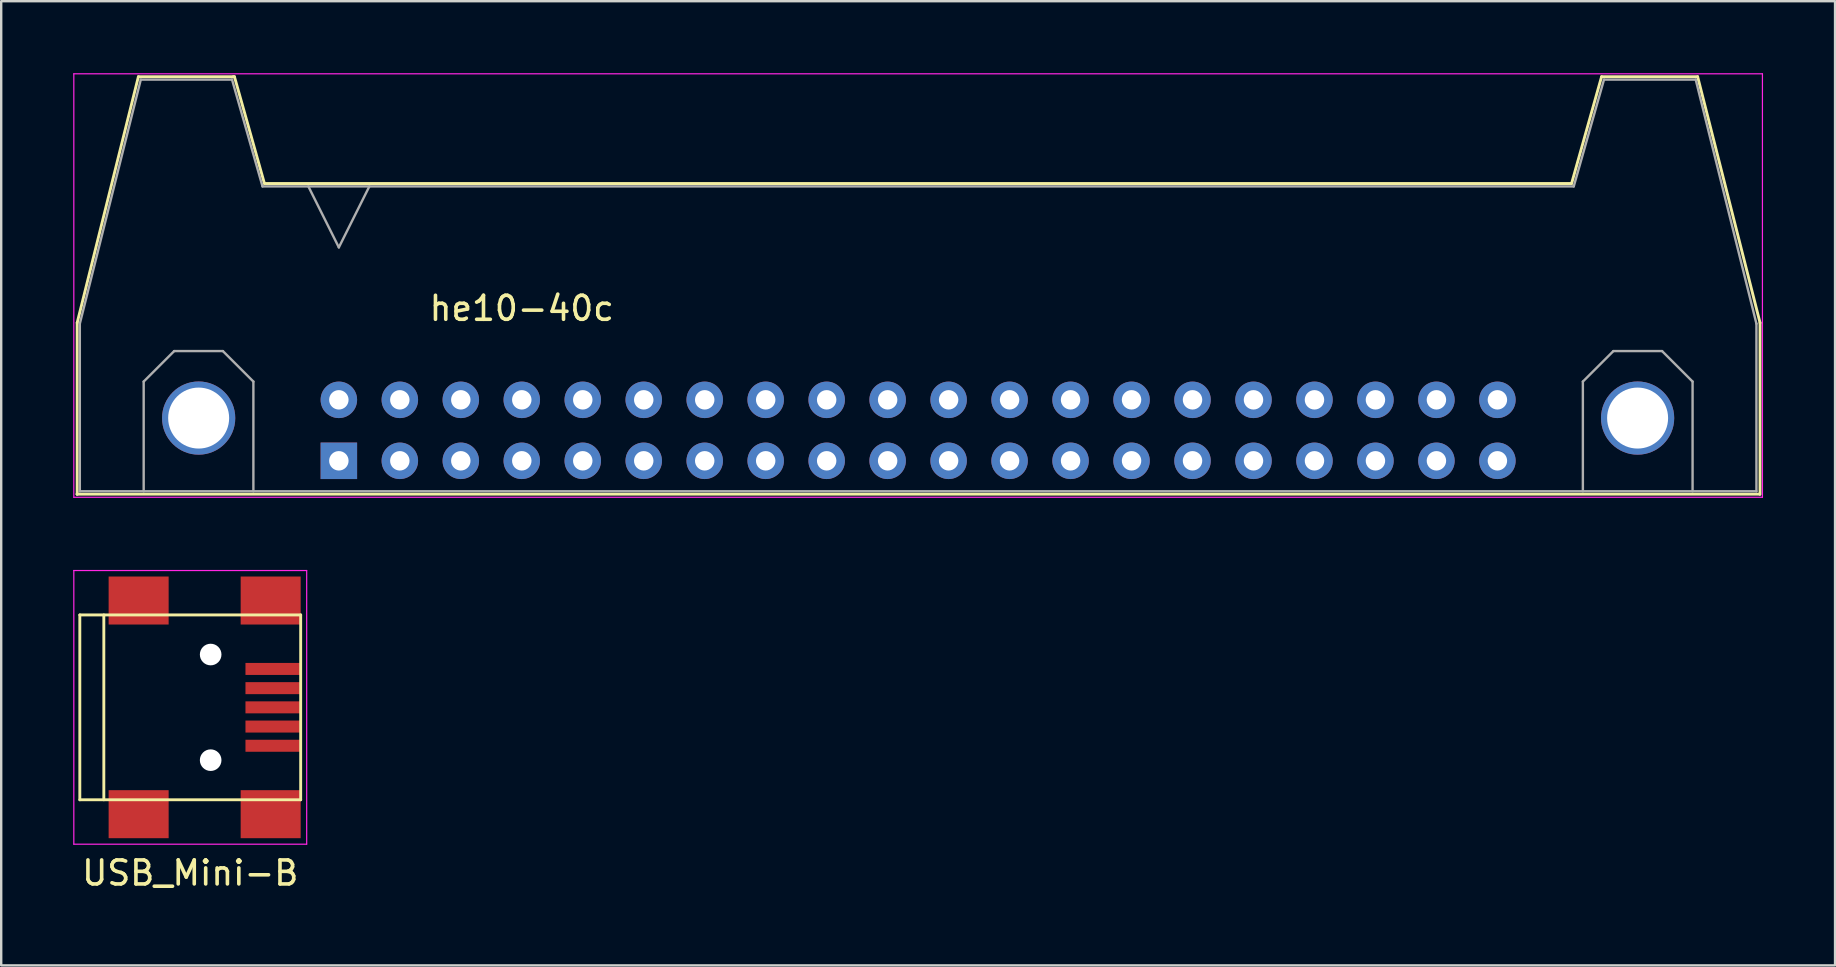
<source format=kicad_pcb>
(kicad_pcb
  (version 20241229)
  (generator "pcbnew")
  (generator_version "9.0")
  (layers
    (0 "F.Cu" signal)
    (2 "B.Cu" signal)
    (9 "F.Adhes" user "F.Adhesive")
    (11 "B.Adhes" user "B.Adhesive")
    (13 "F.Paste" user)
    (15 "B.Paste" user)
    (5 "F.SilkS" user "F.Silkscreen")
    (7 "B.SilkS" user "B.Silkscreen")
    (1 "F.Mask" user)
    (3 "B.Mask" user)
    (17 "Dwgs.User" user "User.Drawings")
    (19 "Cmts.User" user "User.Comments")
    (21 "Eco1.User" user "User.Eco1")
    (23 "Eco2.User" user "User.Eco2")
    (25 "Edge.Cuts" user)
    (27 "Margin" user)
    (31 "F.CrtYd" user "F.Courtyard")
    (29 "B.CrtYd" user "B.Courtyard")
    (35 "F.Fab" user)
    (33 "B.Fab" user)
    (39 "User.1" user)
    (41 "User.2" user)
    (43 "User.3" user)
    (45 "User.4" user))
  (footprint "USB_Mini-B"
    (layer "F.Cu")
    (at 5.525 26.415)
    (property "Reference" "USB_Mini-B" (at -0.65 6.9 0) (layer "F.SilkS") (effects (font (size 1 1) (thickness 0.15))))
    (attr smd)
    (fp_line (start -5.25 -3.85) (end -5.25 3.85) (stroke (width 0.12) (type solid)) (layer "F.SilkS"))
    (fp_line (start -5.25 3.85) (end 3.95 3.85) (stroke (width 0.12) (type solid)) (layer "F.SilkS"))
    (fp_line (start -4.25 -3.85) (end -4.25 3.85) (stroke (width 0.12) (type solid)) (layer "F.SilkS"))
    (fp_line (start 3.95 -3.85) (end -5.25 -3.85) (stroke (width 0.12) (type solid)) (layer "F.SilkS"))
    (fp_line (start 3.95 3.85) (end 3.95 -3.85) (stroke (width 0.12) (type solid)) (layer "F.SilkS"))
    (fp_line (start -5.5 -5.7) (end 4.2 -5.7) (stroke (width 0.05) (type solid)) (layer "F.CrtYd"))
    (fp_line (start -5.5 5.7) (end -5.5 -5.7) (stroke (width 0.05) (type solid)) (layer "F.CrtYd"))
    (fp_line (start 4.2 -5.7) (end 4.2 5.7) (stroke (width 0.05) (type solid)) (layer "F.CrtYd"))
    (fp_line (start 4.2 5.7) (end -5.5 5.7) (stroke (width 0.05) (type solid)) (layer "F.CrtYd"))
    (pad "" np_thru_hole circle (at 0.2 -2.2) (size 0.9 0.9) (drill 0.9) (layers "*.Cu" "*.Mask"))
    (pad "" np_thru_hole circle (at 0.2 2.2) (size 0.9 0.9) (drill 0.9) (layers "*.Cu" "*.Mask"))
    (pad "1" smd rect (at 2.8 -1.6) (size 2.3 0.5) (layers "F.Cu" "F.Mask" "F.Paste"))
    (pad "2" smd rect (at 2.8 -0.8) (size 2.3 0.5) (layers "F.Cu" "F.Mask" "F.Paste"))
    (pad "3" smd rect (at 2.8 0) (size 2.3 0.5) (layers "F.Cu" "F.Mask" "F.Paste"))
    (pad "4" smd rect (at 2.8 0.8) (size 2.3 0.5) (layers "F.Cu" "F.Mask" "F.Paste"))
    (pad "5" smd rect (at 2.8 1.6) (size 2.3 0.5) (layers "F.Cu" "F.Mask" "F.Paste"))
    (pad "6" smd rect (at -2.8 -4.45) (size 2.5 2) (layers "F.Cu" "F.Mask" "F.Paste"))
    (pad "6" smd rect (at -2.8 4.45) (size 2.5 2) (layers "F.Cu" "F.Mask" "F.Paste"))
    (pad "6" smd rect (at 2.7 -4.45) (size 2.5 2) (layers "F.Cu" "F.Mask" "F.Paste"))
    (pad "6" smd rect (at 2.7 4.45) (size 2.5 2) (layers "F.Cu" "F.Mask" "F.Paste")))
  (footprint "he10-40c"
    (layer "F.Cu")
    (at 11.065 16.145)
    (property "Reference" "he10-40c" (at 7.62 -6.35 0) (layer "F.SilkS") (effects (font (size 1 1) (thickness 0.15))))
    (attr through_hole)
    (fp_line (start -10.9 -5.75) (end -8.35 -16) (stroke (width 0.12) (type solid)) (layer "F.SilkS"))
    (fp_line (start -10.9 1.4) (end -10.9 -5.75) (stroke (width 0.12) (type solid)) (layer "F.SilkS"))
    (fp_line (start -8.35 -16) (end -4.4 -16) (stroke (width 0.12) (type solid)) (layer "F.SilkS"))
    (fp_line (start -4.4 -16) (end -4.35 -16) (stroke (width 0.12) (type solid)) (layer "F.SilkS"))
    (fp_line (start -4.35 -16) (end -3.1 -11.55) (stroke (width 0.12) (type solid)) (layer "F.SilkS"))
    (fp_line (start -3.1 -11.55) (end 51.35 -11.55) (stroke (width 0.12) (type solid)) (layer "F.SilkS"))
    (fp_line (start 51.35 -11.55) (end 52.6 -16) (stroke (width 0.12) (type solid)) (layer "F.SilkS"))
    (fp_line (start 52.6 -16) (end 56.6 -16) (stroke (width 0.12) (type solid)) (layer "F.SilkS"))
    (fp_line (start 56.6 -16) (end 59.2 -5.75) (stroke (width 0.12) (type solid)) (layer "F.SilkS"))
    (fp_line (start 59.17 1.39) (end -10.91 1.39) (stroke (width 0.12) (type solid)) (layer "F.SilkS"))
    (fp_line (start 59.2 1.4) (end 59.2 -5.75) (stroke (width 0.12) (type solid)) (layer "F.SilkS"))
    (fp_line (start -11.04 -16.12) (end -11.04 1.52) (stroke (width 0.05) (type solid)) (layer "F.CrtYd"))
    (fp_line (start -11.04 -16.12) (end 59.3 -16.12) (stroke (width 0.05) (type solid)) (layer "F.CrtYd"))
    (fp_line (start 59.3 1.52) (end -11.04 1.52) (stroke (width 0.05) (type solid)) (layer "F.CrtYd"))
    (fp_line (start 59.3 1.52) (end 59.3 -16.12) (stroke (width 0.05) (type solid)) (layer "F.CrtYd"))
    (fp_line (start -10.79 -5.71) (end -10.79 1.27) (stroke (width 0.1) (type solid)) (layer "F.Fab"))
    (fp_line (start -10.79 1.27) (end 59.05 1.27) (stroke (width 0.1) (type solid)) (layer "F.Fab"))
    (fp_line (start -8.25 -15.88) (end -10.79 -5.71) (stroke (width 0.1) (type solid)) (layer "F.Fab"))
    (fp_line (start -8.25 -15.88) (end -4.45 -15.88) (stroke (width 0.1) (type solid)) (layer "F.Fab"))
    (fp_line (start -8.13 -3.3) (end -6.86 -4.57) (stroke (width 0.1) (type solid)) (layer "F.Fab"))
    (fp_line (start -8.13 1.27) (end -8.13 -3.3) (stroke (width 0.1) (type solid)) (layer "F.Fab"))
    (fp_line (start -6.86 -4.57) (end -4.83 -4.57) (stroke (width 0.1) (type solid)) (layer "F.Fab"))
    (fp_line (start -4.83 -4.57) (end -3.56 -3.3) (stroke (width 0.1) (type solid)) (layer "F.Fab"))
    (fp_line (start -4.45 -15.88) (end -3.18 -11.43) (stroke (width 0.1) (type solid)) (layer "F.Fab"))
    (fp_line (start -3.56 -3.3) (end -3.56 1.27) (stroke (width 0.1) (type solid)) (layer "F.Fab"))
    (fp_line (start -1.27 -11.43) (end 0 -8.89) (stroke (width 0.1) (type solid)) (layer "F.Fab"))
    (fp_line (start 0 -8.89) (end 1.27 -11.43) (stroke (width 0.1) (type solid)) (layer "F.Fab"))
    (fp_line (start 51.44 -11.43) (end -3.18 -11.43) (stroke (width 0.1) (type solid)) (layer "F.Fab"))
    (fp_line (start 51.82 -3.3) (end 53.09 -4.57) (stroke (width 0.1) (type solid)) (layer "F.Fab"))
    (fp_line (start 51.82 1.27) (end 51.82 -3.3) (stroke (width 0.1) (type solid)) (layer "F.Fab"))
    (fp_line (start 52.7 -15.88) (end 51.44 -11.43) (stroke (width 0.1) (type solid)) (layer "F.Fab"))
    (fp_line (start 53.09 -4.57) (end 55.12 -4.57) (stroke (width 0.1) (type solid)) (layer "F.Fab"))
    (fp_line (start 55.12 -4.57) (end 56.39 -3.3) (stroke (width 0.1) (type solid)) (layer "F.Fab"))
    (fp_line (start 56.39 -3.3) (end 56.39 1.27) (stroke (width 0.1) (type solid)) (layer "F.Fab"))
    (fp_line (start 56.52 -15.88) (end 52.7 -15.88) (stroke (width 0.1) (type solid)) (layer "F.Fab"))
    (fp_line (start 59.05 -5.71) (end 56.52 -15.88) (stroke (width 0.1) (type solid)) (layer "F.Fab"))
    (fp_line (start 59.05 1.27) (end 59.05 -5.71) (stroke (width 0.1) (type solid)) (layer "F.Fab"))
    (pad "0" thru_hole circle (at -5.84 -1.78) (size 3.05 3.05) (drill 2.54) (layers "*.Cu" "*.Mask"))
    (pad "0" thru_hole circle (at 54.1 -1.78) (size 3.05 3.05) (drill 2.54) (layers "*.Cu" "*.Mask"))
    (pad "1" thru_hole rect (at 0 0) (size 1.52 1.52) (drill 0.81) (layers "*.Cu" "*.Mask"))
    (pad "2" thru_hole circle (at 0 -2.54) (size 1.52 1.52) (drill 0.81) (layers "*.Cu" "*.Mask"))
    (pad "3" thru_hole circle (at 2.54 0) (size 1.52 1.52) (drill 0.81) (layers "*.Cu" "*.Mask"))
    (pad "4" thru_hole circle (at 2.54 -2.54) (size 1.52 1.52) (drill 0.81) (layers "*.Cu" "*.Mask"))
    (pad "5" thru_hole circle (at 5.08 0) (size 1.52 1.52) (drill 0.81) (layers "*.Cu" "*.Mask"))
    (pad "6" thru_hole circle (at 5.08 -2.54) (size 1.52 1.52) (drill 0.81) (layers "*.Cu" "*.Mask"))
    (pad "7" thru_hole circle (at 7.62 0) (size 1.52 1.52) (drill 0.81) (layers "*.Cu" "*.Mask"))
    (pad "8" thru_hole circle (at 7.62 -2.54) (size 1.52 1.52) (drill 0.81) (layers "*.Cu" "*.Mask"))
    (pad "9" thru_hole circle (at 10.16 0) (size 1.52 1.52) (drill 0.81) (layers "*.Cu" "*.Mask"))
    (pad "10" thru_hole circle (at 10.16 -2.54) (size 1.52 1.52) (drill 0.81) (layers "*.Cu" "*.Mask"))
    (pad "11" thru_hole circle (at 12.7 0) (size 1.52 1.52) (drill 0.81) (layers "*.Cu" "*.Mask"))
    (pad "12" thru_hole circle (at 12.7 -2.54) (size 1.52 1.52) (drill 0.81) (layers "*.Cu" "*.Mask"))
    (pad "13" thru_hole circle (at 15.24 0) (size 1.52 1.52) (drill 0.81) (layers "*.Cu" "*.Mask"))
    (pad "14" thru_hole circle (at 15.24 -2.54) (size 1.52 1.52) (drill 0.81) (layers "*.Cu" "*.Mask"))
    (pad "15" thru_hole circle (at 17.78 0) (size 1.52 1.52) (drill 0.81) (layers "*.Cu" "*.Mask"))
    (pad "16" thru_hole circle (at 17.78 -2.54) (size 1.52 1.52) (drill 0.81) (layers "*.Cu" "*.Mask"))
    (pad "17" thru_hole circle (at 20.32 0) (size 1.52 1.52) (drill 0.81) (layers "*.Cu" "*.Mask"))
    (pad "18" thru_hole circle (at 20.32 -2.54) (size 1.52 1.52) (drill 0.81) (layers "*.Cu" "*.Mask"))
    (pad "19" thru_hole circle (at 22.86 0) (size 1.52 1.52) (drill 0.81) (layers "*.Cu" "*.Mask"))
    (pad "20" thru_hole circle (at 22.86 -2.54) (size 1.52 1.52) (drill 0.81) (layers "*.Cu" "*.Mask"))
    (pad "21" thru_hole circle (at 25.4 0) (size 1.52 1.52) (drill 0.81) (layers "*.Cu" "*.Mask"))
    (pad "22" thru_hole circle (at 25.4 -2.54) (size 1.52 1.52) (drill 0.81) (layers "*.Cu" "*.Mask"))
    (pad "23" thru_hole circle (at 27.94 0) (size 1.52 1.52) (drill 0.81) (layers "*.Cu" "*.Mask"))
    (pad "24" thru_hole circle (at 27.94 -2.54) (size 1.52 1.52) (drill 0.81) (layers "*.Cu" "*.Mask"))
    (pad "25" thru_hole circle (at 30.48 0) (size 1.52 1.52) (drill 0.81) (layers "*.Cu" "*.Mask"))
    (pad "26" thru_hole circle (at 30.48 -2.54) (size 1.52 1.52) (drill 0.81) (layers "*.Cu" "*.Mask"))
    (pad "27" thru_hole circle (at 33.02 0) (size 1.52 1.52) (drill 0.81) (layers "*.Cu" "*.Mask"))
    (pad "28" thru_hole circle (at 33.02 -2.54) (size 1.52 1.52) (drill 0.81) (layers "*.Cu" "*.Mask"))
    (pad "29" thru_hole circle (at 35.56 0) (size 1.52 1.52) (drill 0.81) (layers "*.Cu" "*.Mask"))
    (pad "30" thru_hole circle (at 35.56 -2.54) (size 1.52 1.52) (drill 0.81) (layers "*.Cu" "*.Mask"))
    (pad "31" thru_hole circle (at 38.1 0) (size 1.52 1.52) (drill 0.81) (layers "*.Cu" "*.Mask"))
    (pad "32" thru_hole circle (at 38.1 -2.54) (size 1.52 1.52) (drill 0.81) (layers "*.Cu" "*.Mask"))
    (pad "33" thru_hole circle (at 40.64 0) (size 1.52 1.52) (drill 0.81) (layers "*.Cu" "*.Mask"))
    (pad "34" thru_hole circle (at 40.64 -2.54) (size 1.52 1.52) (drill 0.81) (layers "*.Cu" "*.Mask"))
    (pad "35" thru_hole circle (at 43.18 0) (size 1.52 1.52) (drill 0.81) (layers "*.Cu" "*.Mask"))
    (pad "36" thru_hole circle (at 43.18 -2.54) (size 1.52 1.52) (drill 0.81) (layers "*.Cu" "*.Mask"))
    (pad "37" thru_hole circle (at 45.72 0) (size 1.52 1.52) (drill 0.81) (layers "*.Cu" "*.Mask"))
    (pad "38" thru_hole circle (at 45.72 -2.54) (size 1.52 1.52) (drill 0.81) (layers "*.Cu" "*.Mask"))
    (pad "39" thru_hole circle (at 48.26 0) (size 1.52 1.52) (drill 0.81) (layers "*.Cu" "*.Mask"))
    (pad "40" thru_hole circle (at 48.26 -2.54) (size 1.52 1.52) (drill 0.81) (layers "*.Cu" "*.Mask")))
  (gr_rect
    (start -3 -3)
    (end 73.39 37.163)
    (stroke (width 0.1) (type default))
    (fill no)
    (layer "Edge.Cuts")))
</source>
